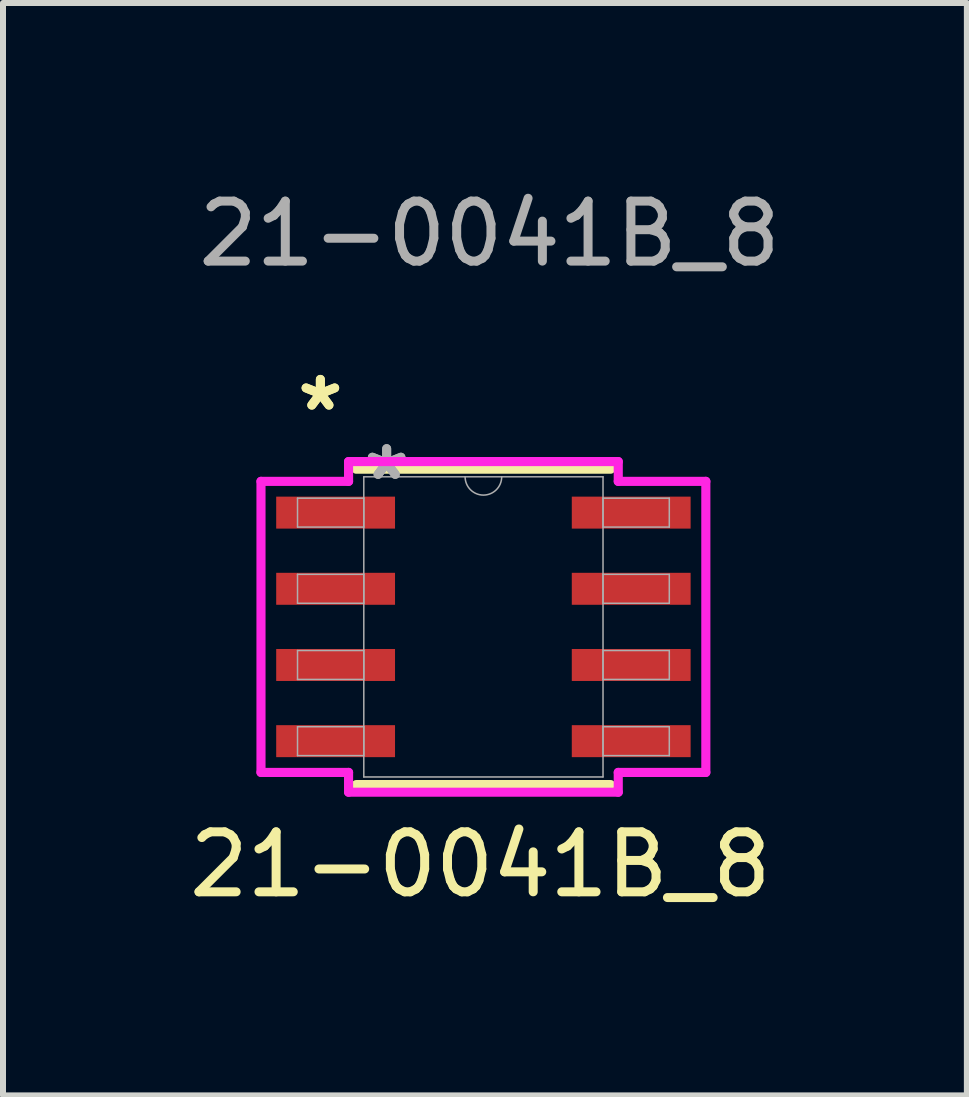
<source format=kicad_pcb>
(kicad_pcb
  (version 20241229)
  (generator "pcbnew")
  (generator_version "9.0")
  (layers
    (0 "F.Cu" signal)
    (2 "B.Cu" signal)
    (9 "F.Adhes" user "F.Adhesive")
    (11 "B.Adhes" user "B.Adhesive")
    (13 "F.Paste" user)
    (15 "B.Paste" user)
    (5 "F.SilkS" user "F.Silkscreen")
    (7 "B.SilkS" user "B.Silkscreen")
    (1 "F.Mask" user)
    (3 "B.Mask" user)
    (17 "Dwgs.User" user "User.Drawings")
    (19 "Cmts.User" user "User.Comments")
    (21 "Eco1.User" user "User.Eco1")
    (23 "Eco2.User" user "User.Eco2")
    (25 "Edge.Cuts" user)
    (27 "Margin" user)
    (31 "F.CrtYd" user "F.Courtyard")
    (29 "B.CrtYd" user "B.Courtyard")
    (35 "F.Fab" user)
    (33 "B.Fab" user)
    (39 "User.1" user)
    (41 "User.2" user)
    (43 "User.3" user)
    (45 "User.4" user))
  (footprint "21-0041B_8"
    (layer "F.Cu")
    (at 5.009 7.401)
    (property "Reference" "21-0041B_8" (at -0.051 3.962 0) (unlocked yes) (layer "F.SilkS") (effects (font (size 1 1) (thickness 0.15))))
    (attr smd)
    (fp_line (start -2.121 2.629) (end 2.121 2.629) (stroke (width 0.152) (type solid)) (layer "F.SilkS"))
    (fp_line (start 2.121 -2.629) (end -2.121 -2.629) (stroke (width 0.152) (type solid)) (layer "F.SilkS"))
    (fp_line (start -3.708 -2.426) (end -2.248 -2.426) (stroke (width 0.152) (type solid)) (layer "F.CrtYd"))
    (fp_line (start -3.708 2.426) (end -3.708 -2.426) (stroke (width 0.152) (type solid)) (layer "F.CrtYd"))
    (fp_line (start -3.708 2.426) (end -2.248 2.426) (stroke (width 0.152) (type solid)) (layer "F.CrtYd"))
    (fp_line (start -2.248 -2.756) (end 2.248 -2.756) (stroke (width 0.152) (type solid)) (layer "F.CrtYd"))
    (fp_line (start -2.248 -2.426) (end -2.248 -2.756) (stroke (width 0.152) (type solid)) (layer "F.CrtYd"))
    (fp_line (start -2.248 2.756) (end -2.248 2.426) (stroke (width 0.152) (type solid)) (layer "F.CrtYd"))
    (fp_line (start 2.248 -2.756) (end 2.248 -2.426) (stroke (width 0.152) (type solid)) (layer "F.CrtYd"))
    (fp_line (start 2.248 2.426) (end 2.248 2.756) (stroke (width 0.152) (type solid)) (layer "F.CrtYd"))
    (fp_line (start 2.248 2.756) (end -2.248 2.756) (stroke (width 0.152) (type solid)) (layer "F.CrtYd"))
    (fp_line (start 3.708 -2.426) (end 2.248 -2.426) (stroke (width 0.152) (type solid)) (layer "F.CrtYd"))
    (fp_line (start 3.708 -2.426) (end 3.708 2.426) (stroke (width 0.152) (type solid)) (layer "F.CrtYd"))
    (fp_line (start 3.708 2.426) (end 2.248 2.426) (stroke (width 0.152) (type solid)) (layer "F.CrtYd"))
    (fp_line (start -3.099 -2.146) (end -3.099 -1.664) (stroke (width 0.025) (type solid)) (layer "F.Fab"))
    (fp_line (start -3.099 -1.664) (end -1.994 -1.664) (stroke (width 0.025) (type solid)) (layer "F.Fab"))
    (fp_line (start -3.099 -0.876) (end -3.099 -0.394) (stroke (width 0.025) (type solid)) (layer "F.Fab"))
    (fp_line (start -3.099 -0.394) (end -1.994 -0.394) (stroke (width 0.025) (type solid)) (layer "F.Fab"))
    (fp_line (start -3.099 0.394) (end -3.099 0.876) (stroke (width 0.025) (type solid)) (layer "F.Fab"))
    (fp_line (start -3.099 0.876) (end -1.994 0.876) (stroke (width 0.025) (type solid)) (layer "F.Fab"))
    (fp_line (start -3.099 1.664) (end -3.099 2.146) (stroke (width 0.025) (type solid)) (layer "F.Fab"))
    (fp_line (start -3.099 2.146) (end -1.994 2.146) (stroke (width 0.025) (type solid)) (layer "F.Fab"))
    (fp_line (start -1.994 -2.502) (end -1.994 2.502) (stroke (width 0.025) (type solid)) (layer "F.Fab"))
    (fp_line (start -1.994 -2.146) (end -3.099 -2.146) (stroke (width 0.025) (type solid)) (layer "F.Fab"))
    (fp_line (start -1.994 -1.664) (end -1.994 -2.146) (stroke (width 0.025) (type solid)) (layer "F.Fab"))
    (fp_line (start -1.994 -0.876) (end -3.099 -0.876) (stroke (width 0.025) (type solid)) (layer "F.Fab"))
    (fp_line (start -1.994 -0.394) (end -1.994 -0.876) (stroke (width 0.025) (type solid)) (layer "F.Fab"))
    (fp_line (start -1.994 0.394) (end -3.099 0.394) (stroke (width 0.025) (type solid)) (layer "F.Fab"))
    (fp_line (start -1.994 0.876) (end -1.994 0.394) (stroke (width 0.025) (type solid)) (layer "F.Fab"))
    (fp_line (start -1.994 1.664) (end -3.099 1.664) (stroke (width 0.025) (type solid)) (layer "F.Fab"))
    (fp_line (start -1.994 2.146) (end -1.994 1.664) (stroke (width 0.025) (type solid)) (layer "F.Fab"))
    (fp_line (start -1.994 2.502) (end 1.994 2.502) (stroke (width 0.025) (type solid)) (layer "F.Fab"))
    (fp_line (start 1.994 -2.502) (end -1.994 -2.502) (stroke (width 0.025) (type solid)) (layer "F.Fab"))
    (fp_line (start 1.994 -2.146) (end 1.994 -1.664) (stroke (width 0.025) (type solid)) (layer "F.Fab"))
    (fp_line (start 1.994 -1.664) (end 3.099 -1.664) (stroke (width 0.025) (type solid)) (layer "F.Fab"))
    (fp_line (start 1.994 -0.876) (end 1.994 -0.394) (stroke (width 0.025) (type solid)) (layer "F.Fab"))
    (fp_line (start 1.994 -0.394) (end 3.099 -0.394) (stroke (width 0.025) (type solid)) (layer "F.Fab"))
    (fp_line (start 1.994 0.394) (end 1.994 0.876) (stroke (width 0.025) (type solid)) (layer "F.Fab"))
    (fp_line (start 1.994 0.876) (end 3.099 0.876) (stroke (width 0.025) (type solid)) (layer "F.Fab"))
    (fp_line (start 1.994 1.664) (end 1.994 2.146) (stroke (width 0.025) (type solid)) (layer "F.Fab"))
    (fp_line (start 1.994 2.146) (end 3.099 2.146) (stroke (width 0.025) (type solid)) (layer "F.Fab"))
    (fp_line (start 1.994 2.502) (end 1.994 -2.502) (stroke (width 0.025) (type solid)) (layer "F.Fab"))
    (fp_line (start 3.099 -2.146) (end 1.994 -2.146) (stroke (width 0.025) (type solid)) (layer "F.Fab"))
    (fp_line (start 3.099 -1.664) (end 3.099 -2.146) (stroke (width 0.025) (type solid)) (layer "F.Fab"))
    (fp_line (start 3.099 -0.876) (end 1.994 -0.876) (stroke (width 0.025) (type solid)) (layer "F.Fab"))
    (fp_line (start 3.099 -0.394) (end 3.099 -0.876) (stroke (width 0.025) (type solid)) (layer "F.Fab"))
    (fp_line (start 3.099 0.394) (end 1.994 0.394) (stroke (width 0.025) (type solid)) (layer "F.Fab"))
    (fp_line (start 3.099 0.876) (end 3.099 0.394) (stroke (width 0.025) (type solid)) (layer "F.Fab"))
    (fp_line (start 3.099 1.664) (end 1.994 1.664) (stroke (width 0.025) (type solid)) (layer "F.Fab"))
    (fp_line (start 3.099 2.146) (end 3.099 1.664) (stroke (width 0.025) (type solid)) (layer "F.Fab"))
    (fp_arc (start 0.3048 -2.5019) (mid 0 -2.1971) (end -0.3048 -2.5019) (stroke (width 0.0254) (type solid)) (layer "F.Fab"))
    (fp_text user "*" (at -2.718 -3.581 0) (unlocked yes) (layer "F.SilkS") (effects (font (size 1 1) (thickness 0.15))))
    (fp_text user "*" (at -2.718 -3.581 0) (layer "F.SilkS") (effects (font (size 1 1) (thickness 0.15))))
    (fp_text user "*" (at -1.613 -2.426 0) (layer "F.Fab") (effects (font (size 1 1) (thickness 0.15))))
    (fp_text user "${REFERENCE}" (at 0.102 -6.553 0) (unlocked yes) (layer "F.Fab") (effects (font (size 1 1) (thickness 0.15))))
    (fp_text user "*" (at -1.613 -2.426 0) (unlocked yes) (layer "F.Fab") (effects (font (size 1 1) (thickness 0.15))))
    (pad "1" smd rect (at -2.464 -1.905) (size 1.981 0.533) (layers "F.Cu" "F.Mask" "F.Paste"))
    (pad "2" smd rect (at -2.464 -0.635) (size 1.981 0.533) (layers "F.Cu" "F.Mask" "F.Paste"))
    (pad "3" smd rect (at -2.464 0.635) (size 1.981 0.533) (layers "F.Cu" "F.Mask" "F.Paste"))
    (pad "4" smd rect (at -2.464 1.905) (size 1.981 0.533) (layers "F.Cu" "F.Mask" "F.Paste"))
    (pad "5" smd rect (at 2.464 1.905) (size 1.981 0.533) (layers "F.Cu" "F.Mask" "F.Paste"))
    (pad "6" smd rect (at 2.464 0.635) (size 1.981 0.533) (layers "F.Cu" "F.Mask" "F.Paste"))
    (pad "7" smd rect (at 2.464 -0.635) (size 1.981 0.533) (layers "F.Cu" "F.Mask" "F.Paste"))
    (pad "8" smd rect (at 2.464 -1.905) (size 1.981 0.533) (layers "F.Cu" "F.Mask" "F.Paste")))
  (gr_rect
    (start -3 -3)
    (end 13.069 15.212)
    (stroke (width 0.1) (type default))
    (fill no)
    (layer "Edge.Cuts")))
</source>
